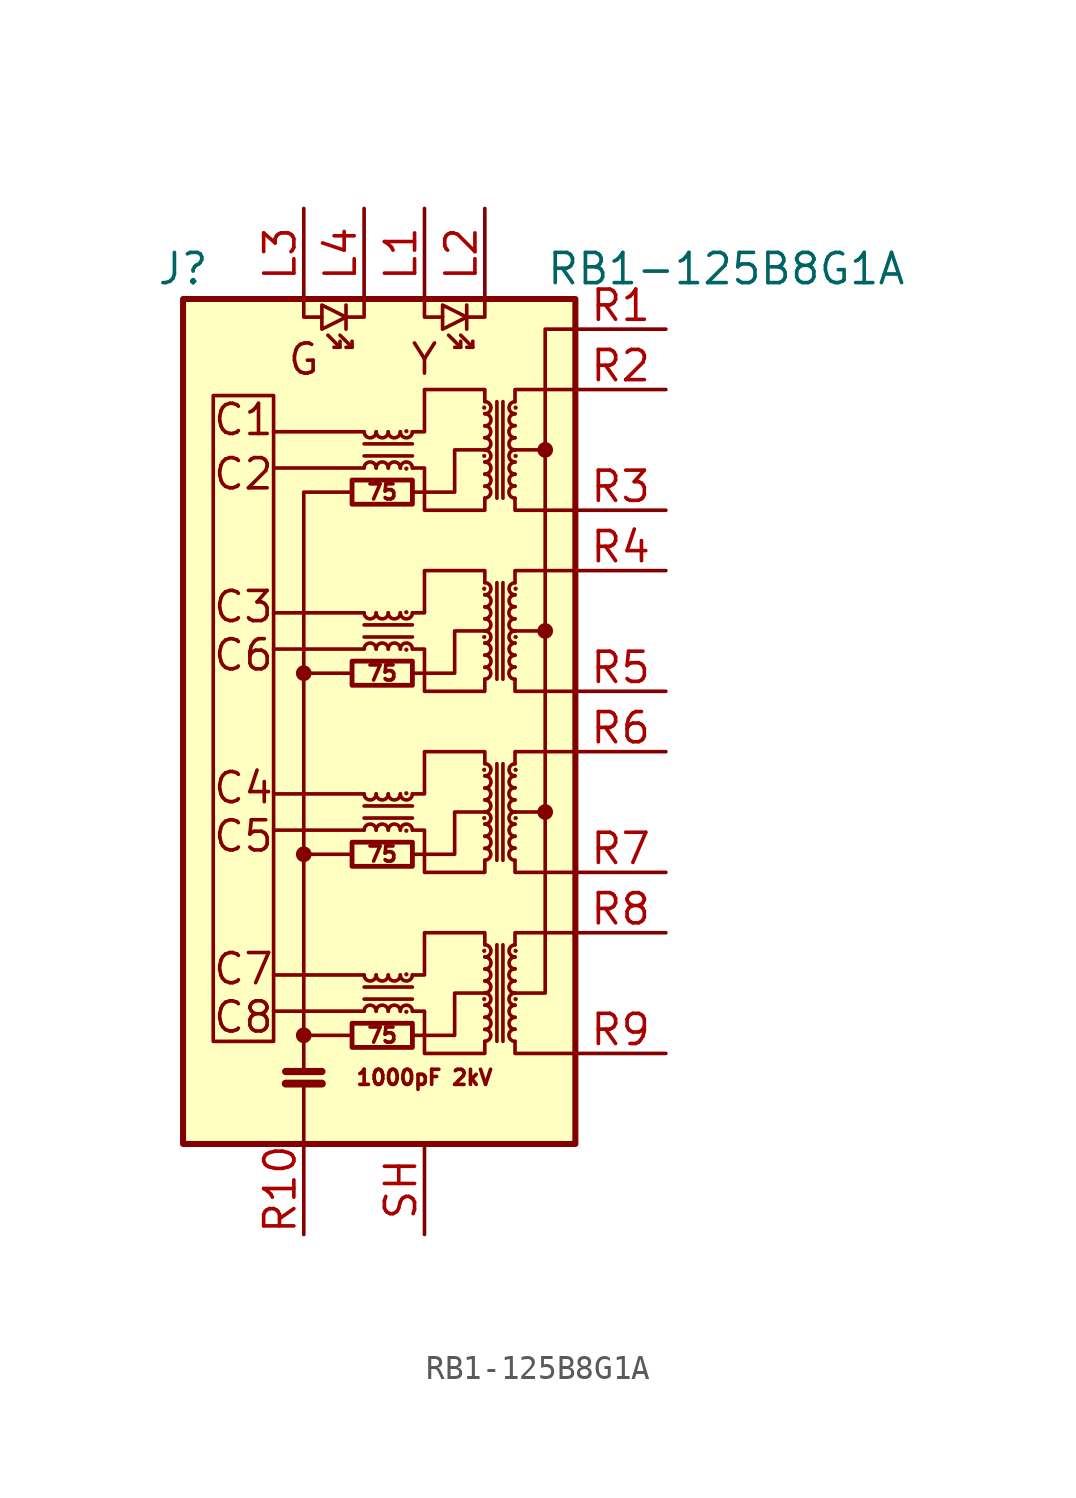
<source format=kicad_sym>
(kicad_symbol_lib
  (version 20200908)
  (generator kicad_symbol_editor)
  (symbol "Connector:RB1-125B8G1A"
    (pin_names hide)
    (property "Reference" "J"
      (at -7.62 20.32 0)
      (effects (font (size 1.27 1.27))))
    (property "Value" "RB1-125B8G1A"
      (at 15.24 20.32 0)
      (effects (font (size 1.27 1.27))))
    (symbol "RB1-125B8G1A_0_1"
      (arc (start 0.508 -10.922) (end 0 -10.922) (radius (at 0.254 -10.922) (length 0.254) (angles 0.1 179.9)) (stroke (width 0)) (fill (type none)))
      (arc (start 0 -9.398) (end 0.508 -9.398) (radius (at 0.254 -9.398) (length 0.254) (angles -179.9 -0.1)) (stroke (width 0)) (fill (type none)))
      (arc (start 0.508 -3.302) (end 0 -3.302) (radius (at 0.254 -3.302) (length 0.254) (angles 0.1 179.9)) (stroke (width 0)) (fill (type none)))
      (arc (start 0 -1.778) (end 0.508 -1.778) (radius (at 0.254 -1.778) (length 0.254) (angles -179.9 -0.1)) (stroke (width 0)) (fill (type none)))
      (arc (start 0.508 4.318) (end 0 4.318) (radius (at 0.254 4.318) (length 0.254) (angles 0.1 179.9)) (stroke (width 0)) (fill (type none)))
      (arc (start 0 5.842) (end 0.508 5.842) (radius (at 0.254 5.842) (length 0.254) (angles -179.9 -0.1)) (stroke (width 0)) (fill (type none)))
      (arc (start 0.508 11.938) (end 0 11.938) (radius (at 0.254 11.938) (length 0.254) (angles 0.1 179.9)) (stroke (width 0)) (fill (type none)))
      (arc (start 0 13.462) (end 0.508 13.462) (radius (at 0.254 13.462) (length 0.254) (angles -179.9 -0.1)) (stroke (width 0)) (fill (type none)))
      (arc (start 1.016 -10.922) (end 0.508 -10.922) (radius (at 0.762 -10.922) (length 0.254) (angles 0.1 179.9)) (stroke (width 0)) (fill (type none)))
      (arc (start 0.508 -9.398) (end 1.016 -9.398) (radius (at 0.762 -9.398) (length 0.254) (angles -179.9 -0.1)) (stroke (width 0)) (fill (type none)))
      (arc (start 1.016 -3.302) (end 0.508 -3.302) (radius (at 0.762 -3.302) (length 0.254) (angles 0.1 179.9)) (stroke (width 0)) (fill (type none)))
      (arc (start 0.508 -1.778) (end 1.016 -1.778) (radius (at 0.762 -1.778) (length 0.254) (angles -179.9 -0.1)) (stroke (width 0)) (fill (type none)))
      (arc (start 1.016 4.318) (end 0.508 4.318) (radius (at 0.762 4.318) (length 0.254) (angles 0.1 179.9)) (stroke (width 0)) (fill (type none)))
      (arc (start 0.508 5.842) (end 1.016 5.842) (radius (at 0.762 5.842) (length 0.254) (angles -179.9 -0.1)) (stroke (width 0)) (fill (type none)))
      (arc (start 1.016 11.938) (end 0.508 11.938) (radius (at 0.762 11.938) (length 0.254) (angles 0.1 179.9)) (stroke (width 0)) (fill (type none)))
      (arc (start 0.508 13.462) (end 1.016 13.462) (radius (at 0.762 13.462) (length 0.254) (angles -179.9 -0.1)) (stroke (width 0)) (fill (type none)))
      (arc (start 1.524 -10.922) (end 1.016 -10.922) (radius (at 1.27 -10.922) (length 0.254) (angles 0.1 179.9)) (stroke (width 0)) (fill (type none)))
      (arc (start 1.016 -9.398) (end 1.524 -9.398) (radius (at 1.27 -9.398) (length 0.254) (angles -179.9 -0.1)) (stroke (width 0)) (fill (type none)))
      (arc (start 1.524 -3.302) (end 1.016 -3.302) (radius (at 1.27 -3.302) (length 0.254) (angles 0.1 179.9)) (stroke (width 0)) (fill (type none)))
      (arc (start 1.016 -1.778) (end 1.524 -1.778) (radius (at 1.27 -1.778) (length 0.254) (angles -179.9 -0.1)) (stroke (width 0)) (fill (type none)))
      (arc (start 1.524 4.318) (end 1.016 4.318) (radius (at 1.27 4.318) (length 0.254) (angles 0.1 179.9)) (stroke (width 0)) (fill (type none)))
      (arc (start 1.016 5.842) (end 1.524 5.842) (radius (at 1.27 5.842) (length 0.254) (angles -179.9 -0.1)) (stroke (width 0)) (fill (type none)))
      (arc (start 1.524 11.938) (end 1.016 11.938) (radius (at 1.27 11.938) (length 0.254) (angles 0.1 179.9)) (stroke (width 0)) (fill (type none)))
      (arc (start 1.016 13.462) (end 1.524 13.462) (radius (at 1.27 13.462) (length 0.254) (angles -179.9 -0.1)) (stroke (width 0)) (fill (type none)))
      (arc (start 2.032 -10.922) (end 1.524 -10.922) (radius (at 1.778 -10.922) (length 0.254) (angles 0.1 179.9)) (stroke (width 0)) (fill (type none)))
      (arc (start 1.524 -9.398) (end 2.032 -9.398) (radius (at 1.778 -9.398) (length 0.254) (angles -179.9 -0.1)) (stroke (width 0)) (fill (type none)))
      (arc (start 2.032 -3.302) (end 1.524 -3.302) (radius (at 1.778 -3.302) (length 0.254) (angles 0.1 179.9)) (stroke (width 0)) (fill (type none)))
      (arc (start 1.524 -1.778) (end 2.032 -1.778) (radius (at 1.778 -1.778) (length 0.254) (angles -179.9 -0.1)) (stroke (width 0)) (fill (type none)))
      (arc (start 2.032 4.318) (end 1.524 4.318) (radius (at 1.778 4.318) (length 0.254) (angles 0.1 179.9)) (stroke (width 0)) (fill (type none)))
      (arc (start 1.524 5.842) (end 2.032 5.842) (radius (at 1.778 5.842) (length 0.254) (angles -179.9 -0.1)) (stroke (width 0)) (fill (type none)))
      (arc (start 2.032 11.938) (end 1.524 11.938) (radius (at 1.778 11.938) (length 0.254) (angles 0.1 179.9)) (stroke (width 0)) (fill (type none)))
      (arc (start 1.524 13.462) (end 2.032 13.462) (radius (at 1.778 13.462) (length 0.254) (angles -179.9 -0.1)) (stroke (width 0)) (fill (type none)))
      (arc (start 5.08 -12.192) (end 5.08 -11.684) (radius (at 5.08 -11.938) (length 0.254) (angles -89.9 89.9)) (stroke (width 0)) (fill (type none)))
      (arc (start 5.08 -11.684) (end 5.08 -11.176) (radius (at 5.08 -11.43) (length 0.254) (angles -89.9 89.9)) (stroke (width 0)) (fill (type none)))
      (arc (start 5.08 -11.176) (end 5.08 -10.668) (radius (at 5.08 -10.922) (length 0.254) (angles -89.9 89.9)) (stroke (width 0)) (fill (type none)))
      (arc (start 5.08 -10.668) (end 5.08 -10.16) (radius (at 5.08 -10.414) (length 0.254) (angles -89.9 89.9)) (stroke (width 0)) (fill (type none)))
      (arc (start 5.08 -10.16) (end 5.08 -9.652) (radius (at 5.08 -9.906) (length 0.254) (angles -89.9 89.9)) (stroke (width 0)) (fill (type none)))
      (arc (start 5.08 -9.652) (end 5.08 -9.144) (radius (at 5.08 -9.398) (length 0.254) (angles -89.9 89.9)) (stroke (width 0)) (fill (type none)))
      (arc (start 5.08 -9.144) (end 5.08 -8.636) (radius (at 5.08 -8.89) (length 0.254) (angles -89.9 89.9)) (stroke (width 0)) (fill (type none)))
      (arc (start 5.08 -8.636) (end 5.08 -8.128) (radius (at 5.08 -8.382) (length 0.254) (angles -89.9 89.9)) (stroke (width 0)) (fill (type none)))
      (arc (start 5.08 -4.572) (end 5.08 -4.064) (radius (at 5.08 -4.318) (length 0.254) (angles -89.9 89.9)) (stroke (width 0)) (fill (type none)))
      (arc (start 5.08 -4.064) (end 5.08 -3.556) (radius (at 5.08 -3.81) (length 0.254) (angles -89.9 89.9)) (stroke (width 0)) (fill (type none)))
      (arc (start 5.08 -3.556) (end 5.08 -3.048) (radius (at 5.08 -3.302) (length 0.254) (angles -89.9 89.9)) (stroke (width 0)) (fill (type none)))
      (arc (start 5.08 -3.048) (end 5.08 -2.54) (radius (at 5.08 -2.794) (length 0.254) (angles -89.9 89.9)) (stroke (width 0)) (fill (type none)))
      (arc (start 5.08 -2.54) (end 5.08 -2.032) (radius (at 5.08 -2.286) (length 0.254) (angles -89.9 89.9)) (stroke (width 0)) (fill (type none)))
      (arc (start 5.08 -2.032) (end 5.08 -1.524) (radius (at 5.08 -1.778) (length 0.254) (angles -89.9 89.9)) (stroke (width 0)) (fill (type none)))
      (arc (start 5.08 -1.524) (end 5.08 -1.016) (radius (at 5.08 -1.27) (length 0.254) (angles -89.9 89.9)) (stroke (width 0)) (fill (type none)))
      (arc (start 5.08 -1.016) (end 5.08 -0.508) (radius (at 5.08 -0.762) (length 0.254) (angles -89.9 89.9)) (stroke (width 0)) (fill (type none)))
      (arc (start 5.08 3.048) (end 5.08 3.556) (radius (at 5.08 3.302) (length 0.254) (angles -89.9 89.9)) (stroke (width 0)) (fill (type none)))
      (arc (start 5.08 3.556) (end 5.08 4.064) (radius (at 5.08 3.81) (length 0.254) (angles -89.9 89.9)) (stroke (width 0)) (fill (type none)))
      (arc (start 5.08 4.064) (end 5.08 4.572) (radius (at 5.08 4.318) (length 0.254) (angles -89.9 89.9)) (stroke (width 0)) (fill (type none)))
      (arc (start 5.08 4.572) (end 5.08 5.08) (radius (at 5.08 4.826) (length 0.254) (angles -89.9 89.9)) (stroke (width 0)) (fill (type none)))
      (arc (start 5.08 5.08) (end 5.08 5.588) (radius (at 5.08 5.334) (length 0.254) (angles -89.9 89.9)) (stroke (width 0)) (fill (type none)))
      (arc (start 5.08 5.588) (end 5.08 6.096) (radius (at 5.08 5.842) (length 0.254) (angles -89.9 89.9)) (stroke (width 0)) (fill (type none)))
      (arc (start 5.08 6.096) (end 5.08 6.604) (radius (at 5.08 6.35) (length 0.254) (angles -89.9 89.9)) (stroke (width 0)) (fill (type none)))
      (arc (start 5.08 6.604) (end 5.08 7.112) (radius (at 5.08 6.858) (length 0.254) (angles -89.9 89.9)) (stroke (width 0)) (fill (type none)))
      (arc (start 5.08 10.668) (end 5.08 11.176) (radius (at 5.08 10.922) (length 0.254) (angles -89.9 89.9)) (stroke (width 0)) (fill (type none)))
      (arc (start 5.08 11.176) (end 5.08 11.684) (radius (at 5.08 11.43) (length 0.254) (angles -89.9 89.9)) (stroke (width 0)) (fill (type none)))
      (arc (start 5.08 11.684) (end 5.08 12.192) (radius (at 5.08 11.938) (length 0.254) (angles -89.9 89.9)) (stroke (width 0)) (fill (type none)))
      (arc (start 5.08 12.192) (end 5.08 12.7) (radius (at 5.08 12.446) (length 0.254) (angles -89.9 89.9)) (stroke (width 0)) (fill (type none)))
      (arc (start 5.08 12.7) (end 5.08 13.208) (radius (at 5.08 12.954) (length 0.254) (angles -89.9 89.9)) (stroke (width 0)) (fill (type none)))
      (arc (start 5.08 13.208) (end 5.08 13.716) (radius (at 5.08 13.462) (length 0.254) (angles -89.9 89.9)) (stroke (width 0)) (fill (type none)))
      (arc (start 5.08 13.716) (end 5.08 14.224) (radius (at 5.08 13.97) (length 0.254) (angles -89.9 89.9)) (stroke (width 0)) (fill (type none)))
      (arc (start 5.08 14.224) (end 5.08 14.732) (radius (at 5.08 14.478) (length 0.254) (angles -89.9 89.9)) (stroke (width 0)) (fill (type none)))
      (arc (start 6.35 -11.684) (end 6.35 -12.192) (radius (at 6.35 -11.938) (length 0.254) (angles 90.1 -90.1)) (stroke (width 0)) (fill (type none)))
      (arc (start 6.35 -11.176) (end 6.35 -11.684) (radius (at 6.35 -11.43) (length 0.254) (angles 90.1 -90.1)) (stroke (width 0)) (fill (type none)))
      (arc (start 6.35 -10.668) (end 6.35 -11.176) (radius (at 6.35 -10.922) (length 0.254) (angles 90.1 -90.1)) (stroke (width 0)) (fill (type none)))
      (arc (start 6.35 -10.16) (end 6.35 -10.668) (radius (at 6.35 -10.414) (length 0.254) (angles 90.1 -90.1)) (stroke (width 0)) (fill (type none)))
      (arc (start 6.35 -9.652) (end 6.35 -10.16) (radius (at 6.35 -9.906) (length 0.254) (angles 90.1 -90.1)) (stroke (width 0)) (fill (type none)))
      (arc (start 6.35 -9.144) (end 6.35 -9.652) (radius (at 6.35 -9.398) (length 0.254) (angles 90.1 -90.1)) (stroke (width 0)) (fill (type none)))
      (arc (start 6.35 -8.636) (end 6.35 -9.144) (radius (at 6.35 -8.89) (length 0.254) (angles 90.1 -90.1)) (stroke (width 0)) (fill (type none)))
      (arc (start 6.35 -8.128) (end 6.35 -8.636) (radius (at 6.35 -8.382) (length 0.254) (angles 90.1 -90.1)) (stroke (width 0)) (fill (type none)))
      (arc (start 6.35 -4.064) (end 6.35 -4.572) (radius (at 6.35 -4.318) (length 0.254) (angles 90.1 -90.1)) (stroke (width 0)) (fill (type none)))
      (arc (start 6.35 -3.556) (end 6.35 -4.064) (radius (at 6.35 -3.81) (length 0.254) (angles 90.1 -90.1)) (stroke (width 0)) (fill (type none)))
      (arc (start 6.35 -3.048) (end 6.35 -3.556) (radius (at 6.35 -3.302) (length 0.254) (angles 90.1 -90.1)) (stroke (width 0)) (fill (type none)))
      (arc (start 6.35 -2.54) (end 6.35 -3.048) (radius (at 6.35 -2.794) (length 0.254) (angles 90.1 -90.1)) (stroke (width 0)) (fill (type none)))
      (arc (start 6.35 -2.032) (end 6.35 -2.54) (radius (at 6.35 -2.286) (length 0.254) (angles 90.1 -90.1)) (stroke (width 0)) (fill (type none)))
      (arc (start 6.35 -1.524) (end 6.35 -2.032) (radius (at 6.35 -1.778) (length 0.254) (angles 90.1 -90.1)) (stroke (width 0)) (fill (type none)))
      (arc (start 6.35 -1.016) (end 6.35 -1.524) (radius (at 6.35 -1.27) (length 0.254) (angles 90.1 -90.1)) (stroke (width 0)) (fill (type none)))
      (arc (start 6.35 -0.508) (end 6.35 -1.016) (radius (at 6.35 -0.762) (length 0.254) (angles 90.1 -90.1)) (stroke (width 0)) (fill (type none)))
      (arc (start 6.35 3.556) (end 6.35 3.048) (radius (at 6.35 3.302) (length 0.254) (angles 90.1 -90.1)) (stroke (width 0)) (fill (type none)))
      (arc (start 6.35 4.064) (end 6.35 3.556) (radius (at 6.35 3.81) (length 0.254) (angles 90.1 -90.1)) (stroke (width 0)) (fill (type none)))
      (arc (start 6.35 4.572) (end 6.35 4.064) (radius (at 6.35 4.318) (length 0.254) (angles 90.1 -90.1)) (stroke (width 0)) (fill (type none)))
      (arc (start 6.35 5.08) (end 6.35 4.572) (radius (at 6.35 4.826) (length 0.254) (angles 90.1 -90.1)) (stroke (width 0)) (fill (type none)))
      (arc (start 6.35 5.588) (end 6.35 5.08) (radius (at 6.35 5.334) (length 0.254) (angles 90.1 -90.1)) (stroke (width 0)) (fill (type none)))
      (arc (start 6.35 6.096) (end 6.35 5.588) (radius (at 6.35 5.842) (length 0.254) (angles 90.1 -90.1)) (stroke (width 0)) (fill (type none)))
      (arc (start 6.35 6.604) (end 6.35 6.096) (radius (at 6.35 6.35) (length 0.254) (angles 90.1 -90.1)) (stroke (width 0)) (fill (type none)))
      (arc (start 6.35 7.112) (end 6.35 6.604) (radius (at 6.35 6.858) (length 0.254) (angles 90.1 -90.1)) (stroke (width 0)) (fill (type none)))
      (arc (start 6.35 11.176) (end 6.35 10.668) (radius (at 6.35 10.922) (length 0.254) (angles 90.1 -90.1)) (stroke (width 0)) (fill (type none)))
      (arc (start 6.35 11.684) (end 6.35 11.176) (radius (at 6.35 11.43) (length 0.254) (angles 90.1 -90.1)) (stroke (width 0)) (fill (type none)))
      (arc (start 6.35 12.192) (end 6.35 11.684) (radius (at 6.35 11.938) (length 0.254) (angles 90.1 -90.1)) (stroke (width 0)) (fill (type none)))
      (arc (start 6.35 12.7) (end 6.35 12.192) (radius (at 6.35 12.446) (length 0.254) (angles 90.1 -90.1)) (stroke (width 0)) (fill (type none)))
      (arc (start 6.35 13.208) (end 6.35 12.7) (radius (at 6.35 12.954) (length 0.254) (angles 90.1 -90.1)) (stroke (width 0)) (fill (type none)))
      (arc (start 6.35 13.716) (end 6.35 13.208) (radius (at 6.35 13.462) (length 0.254) (angles 90.1 -90.1)) (stroke (width 0)) (fill (type none)))
      (arc (start 6.35 14.224) (end 6.35 13.716) (radius (at 6.35 13.97) (length 0.254) (angles 90.1 -90.1)) (stroke (width 0)) (fill (type none)))
      (arc (start 6.35 14.732) (end 6.35 14.224) (radius (at 6.35 14.478) (length 0.254) (angles 90.1 -90.1)) (stroke (width 0)) (fill (type none)))
      (circle (center -2.54 -11.938) (radius 0.254) (stroke (width 0)) (fill (type outline)))
      (circle (center -2.54 -4.318) (radius 0.254) (stroke (width 0)) (fill (type outline)))
      (circle (center -2.54 3.302) (radius 0.254) (stroke (width 0)) (fill (type outline)))
      (circle (center 1.778 -10.947) (radius 0.076) (stroke (width 0.025)) (fill (type outline)))
      (circle (center 1.778 -9.373) (radius 0.076) (stroke (width 0.025)) (fill (type outline)))
      (circle (center 1.778 -3.327) (radius 0.076) (stroke (width 0.025)) (fill (type outline)))
      (circle (center 1.778 -1.753) (radius 0.076) (stroke (width 0.025)) (fill (type outline)))
      (circle (center 1.778 4.293) (radius 0.076) (stroke (width 0.025)) (fill (type outline)))
      (circle (center 1.778 5.867) (radius 0.076) (stroke (width 0.025)) (fill (type outline)))
      (circle (center 1.778 11.913) (radius 0.076) (stroke (width 0.025)) (fill (type outline)))
      (circle (center 1.778 13.487) (radius 0.076) (stroke (width 0.025)) (fill (type outline)))
      (circle (center 5.055 -10.414) (radius 0.076) (stroke (width 0.025)) (fill (type outline)))
      (circle (center 5.055 -8.382) (radius 0.076) (stroke (width 0.025)) (fill (type outline)))
      (circle (center 5.055 -2.794) (radius 0.076) (stroke (width 0.025)) (fill (type outline)))
      (circle (center 5.055 -0.762) (radius 0.076) (stroke (width 0.025)) (fill (type outline)))
      (circle (center 5.055 4.826) (radius 0.076) (stroke (width 0.025)) (fill (type outline)))
      (circle (center 5.055 6.858) (radius 0.076) (stroke (width 0.025)) (fill (type outline)))
      (circle (center 5.055 12.446) (radius 0.076) (stroke (width 0.025)) (fill (type outline)))
      (circle (center 5.055 14.478) (radius 0.076) (stroke (width 0.025)) (fill (type outline)))
      (circle (center 6.375 -10.414) (radius 0.076) (stroke (width 0.025)) (fill (type outline)))
      (circle (center 6.375 -8.382) (radius 0.076) (stroke (width 0.025)) (fill (type outline)))
      (circle (center 6.375 -2.794) (radius 0.076) (stroke (width 0.025)) (fill (type outline)))
      (circle (center 6.375 -0.762) (radius 0.076) (stroke (width 0.025)) (fill (type outline)))
      (circle (center 6.375 4.826) (radius 0.076) (stroke (width 0.025)) (fill (type outline)))
      (circle (center 6.375 6.858) (radius 0.076) (stroke (width 0.025)) (fill (type outline)))
      (circle (center 6.375 12.446) (radius 0.076) (stroke (width 0.025)) (fill (type outline)))
      (circle (center 6.375 14.478) (radius 0.076) (stroke (width 0.025)) (fill (type outline)))
      (circle (center 7.62 -2.54) (radius 0.254) (stroke (width 0)) (fill (type outline)))
      (circle (center 7.62 5.08) (radius 0.254) (stroke (width 0)) (fill (type outline)))
      (circle (center 7.62 12.7) (radius 0.254) (stroke (width 0)) (fill (type outline)))
      (rectangle (start -3.81 -12.192) (end -6.35 14.986) (stroke (width 0)) (fill (type none)))
      (rectangle (start -0.508 -12.446) (end 2.032 -11.43) (stroke (width 0.203)) (fill (type none)))
      (rectangle (start -0.508 -4.826) (end 2.032 -3.81) (stroke (width 0.203)) (fill (type none)))
      (rectangle (start -0.508 2.794) (end 2.032 3.81) (stroke (width 0.203)) (fill (type none)))
      (rectangle (start -0.508 10.414) (end 2.032 11.43) (stroke (width 0.203)) (fill (type none)))
      (rectangle (start 8.89 19.05) (end -7.62 -16.51) (stroke (width 0.254)) (fill (type background)))
      (polyline (pts (xy -3.302 -13.97) (xy -1.778 -13.97)) (stroke (width 0.33)) (fill (type none)))
      (polyline (pts (xy -3.302 -13.462) (xy -1.778 -13.462)) (stroke (width 0.305)) (fill (type none)))
      (polyline (pts (xy -2.54 -16.51) (xy -2.54 -13.97)) (stroke (width 0)) (fill (type none)))
      (polyline (pts (xy -2.54 3.302) (xy -0.508 3.302)) (stroke (width 0)) (fill (type none)))
      (polyline (pts (xy -1.016 17.018) (xy -1.524 17.526)) (stroke (width 0)) (fill (type none)))
      (polyline (pts (xy -0.762 18.796) (xy -0.762 17.78)) (stroke (width 0)) (fill (type none)))
      (polyline (pts (xy -0.508 -4.318) (xy -2.54 -4.318)) (stroke (width 0)) (fill (type none)))
      (polyline (pts (xy -0.508 17.018) (xy -1.016 17.526)) (stroke (width 0)) (fill (type none)))
      (polyline (pts (xy 0 -10.414) (xy 2.032 -10.414)) (stroke (width 0)) (fill (type none)))
      (polyline (pts (xy 0 -2.794) (xy 2.032 -2.794)) (stroke (width 0)) (fill (type none)))
      (polyline (pts (xy 0 4.826) (xy 2.032 4.826)) (stroke (width 0)) (fill (type none)))
      (polyline (pts (xy 0 12.446) (xy 2.032 12.446)) (stroke (width 0)) (fill (type none)))
      (polyline (pts (xy 2.032 -9.906) (xy 0 -9.906)) (stroke (width 0)) (fill (type none)))
      (polyline (pts (xy 2.032 -2.286) (xy 0 -2.286)) (stroke (width 0)) (fill (type none)))
      (polyline (pts (xy 2.032 5.334) (xy 0 5.334)) (stroke (width 0)) (fill (type none)))
      (polyline (pts (xy 2.032 12.954) (xy 0 12.954)) (stroke (width 0)) (fill (type none)))
      (polyline (pts (xy 4.064 17.018) (xy 3.556 17.526)) (stroke (width 0)) (fill (type none)))
      (polyline (pts (xy 4.318 18.796) (xy 4.318 17.78)) (stroke (width 0)) (fill (type none)))
      (polyline (pts (xy 4.572 17.018) (xy 4.064 17.526)) (stroke (width 0)) (fill (type none)))
      (polyline (pts (xy 5.588 -8.128) (xy 5.588 -12.192)) (stroke (width 0)) (fill (type none)))
      (polyline (pts (xy 5.588 -0.508) (xy 5.588 -4.572)) (stroke (width 0)) (fill (type none)))
      (polyline (pts (xy 5.588 7.112) (xy 5.588 3.048)) (stroke (width 0)) (fill (type none)))
      (polyline (pts (xy 5.588 14.732) (xy 5.588 10.668)) (stroke (width 0)) (fill (type none)))
      (polyline (pts (xy 5.842 -12.192) (xy 5.842 -8.128)) (stroke (width 0)) (fill (type none)))
      (polyline (pts (xy 5.842 -4.572) (xy 5.842 -0.508)) (stroke (width 0)) (fill (type none)))
      (polyline (pts (xy 5.842 3.048) (xy 5.842 7.112)) (stroke (width 0)) (fill (type none)))
      (polyline (pts (xy 5.842 10.668) (xy 5.842 14.732)) (stroke (width 0)) (fill (type none)))
      (polyline (pts (xy -2.54 -13.462) (xy -2.54 10.922) (xy -0.508 10.922)) (stroke (width 0)) (fill (type none)))
      (polyline (pts (xy -2.54 19.05) (xy -2.54 18.288) (xy -1.778 18.288)) (stroke (width 0)) (fill (type none)))
      (polyline (pts (xy -1.016 17.272) (xy -1.016 17.018) (xy -1.27 17.018)) (stroke (width 0)) (fill (type none)))
      (polyline (pts (xy -0.508 17.272) (xy -0.508 17.018) (xy -0.762 17.018)) (stroke (width 0)) (fill (type none)))
      (polyline (pts (xy 0 19.05) (xy 0 18.288) (xy -0.762 18.288)) (stroke (width 0)) (fill (type none)))
      (polyline (pts (xy 2.54 19.05) (xy 2.54 18.288) (xy 3.302 18.288)) (stroke (width 0)) (fill (type none)))
      (polyline (pts (xy 4.064 17.272) (xy 4.064 17.018) (xy 3.81 17.018)) (stroke (width 0)) (fill (type none)))
      (polyline (pts (xy 4.572 17.272) (xy 4.572 17.018) (xy 4.318 17.018)) (stroke (width 0)) (fill (type none)))
      (polyline (pts (xy 5.08 19.05) (xy 5.08 18.288) (xy 4.318 18.288)) (stroke (width 0)) (fill (type none)))
      (polyline (pts (xy 6.35 -12.192) (xy 6.35 -12.7) (xy 8.89 -12.7)) (stroke (width 0)) (fill (type none)))
      (polyline (pts (xy 6.35 -8.128) (xy 6.35 -7.62) (xy 8.89 -7.62)) (stroke (width 0)) (fill (type none)))
      (polyline (pts (xy 6.35 -4.572) (xy 6.35 -5.08) (xy 8.89 -5.08)) (stroke (width 0)) (fill (type none)))
      (polyline (pts (xy 6.35 -0.508) (xy 6.35 0) (xy 8.89 0)) (stroke (width 0)) (fill (type none)))
      (polyline (pts (xy 6.35 3.048) (xy 6.35 2.54) (xy 8.89 2.54)) (stroke (width 0)) (fill (type none)))
      (polyline (pts (xy 6.35 7.112) (xy 6.35 7.62) (xy 8.89 7.62)) (stroke (width 0)) (fill (type none)))
      (polyline (pts (xy 6.35 10.668) (xy 6.35 10.16) (xy 8.89 10.16)) (stroke (width 0)) (fill (type none)))
      (polyline (pts (xy 6.35 14.732) (xy 6.35 15.24) (xy 8.89 15.24)) (stroke (width 0)) (fill (type none)))
      (polyline (pts (xy -0.762 18.288) (xy -1.778 18.796) (xy -1.778 17.78) (xy -0.762 18.288)) (stroke (width 0)) (fill (type none)))
      (polyline (pts (xy 4.318 18.288) (xy 3.302 18.796) (xy 3.302 17.78) (xy 4.318 18.288)) (stroke (width 0)) (fill (type none)))
      (polyline (pts (xy 8.89 17.78) (xy 7.62 17.78) (xy 7.62 -10.16) (xy 6.35 -10.16)) (stroke (width 0)) (fill (type none)))
      (polyline (pts (xy 2.032 -9.398) (xy 2.54 -9.398) (xy 2.54 -7.62) (xy 5.08 -7.62) (xy 5.08 -8.128)) (stroke (width 0)) (fill (type none)))
      (polyline (pts (xy 2.032 -1.778) (xy 2.54 -1.778) (xy 2.54 0) (xy 5.08 0) (xy 5.08 -0.508)) (stroke (width 0)) (fill (type none)))
      (polyline (pts (xy 2.032 5.842) (xy 2.54 5.842) (xy 2.54 7.62) (xy 5.08 7.62) (xy 5.08 7.112)) (stroke (width 0)) (fill (type none)))
      (polyline (pts (xy 2.032 13.462) (xy 2.54 13.462) (xy 2.54 15.24) (xy 5.08 15.24) (xy 5.08 14.732)) (stroke (width 0)) (fill (type none)))
      (polyline (pts (xy 5.08 -12.192) (xy 5.08 -12.7) (xy 2.54 -12.7) (xy 2.54 -10.922) (xy 2.032 -10.922)) (stroke (width 0)) (fill (type none)))
      (polyline (pts (xy 5.08 -4.572) (xy 5.08 -5.08) (xy 2.54 -5.08) (xy 2.54 -3.302) (xy 2.032 -3.302)) (stroke (width 0)) (fill (type none)))
      (polyline (pts (xy 5.08 3.048) (xy 5.08 2.54) (xy 2.54 2.54) (xy 2.54 4.318) (xy 2.032 4.318)) (stroke (width 0)) (fill (type none)))
      (polyline (pts (xy 5.08 10.668) (xy 5.08 10.16) (xy 2.54 10.16) (xy 2.54 11.938) (xy 2.032 11.938)) (stroke (width 0)) (fill (type none)))
      (pin power_in line (at -2.54 -20.32 90) (length 3.81) (name "GND" (effects (font (size 1.27 1.27)))) (number "R10" (effects (font (size 1.27 1.27))))))
    (symbol "RB1-125B8G1A_0_0"
      (text "1000pF 2kV" (at 2.54 -13.716 0) (effects (font (size 0.635 0.635))))
      (text "75" (at 0.762 -11.938 0) (effects (font (size 0.635 0.635))))
      (text "75" (at 0.762 -4.318 0) (effects (font (size 0.635 0.635))))
      (text "75" (at 0.762 3.302 0) (effects (font (size 0.635 0.635))))
      (text "75" (at 0.762 10.922 0) (effects (font (size 0.635 0.635))))
      (text "C1" (at -5.08 13.97 0) (effects (font (size 1.27 1.27))))
      (text "C2" (at -5.08 11.684 0) (effects (font (size 1.27 1.27))))
      (text "C3" (at -5.08 6.096 0) (effects (font (size 1.27 1.27))))
      (text "C4" (at -5.08 -1.524 0) (effects (font (size 1.27 1.27))))
      (text "C5" (at -5.08 -3.556 0) (effects (font (size 1.27 1.27))))
      (text "C6" (at -5.08 4.064 0) (effects (font (size 1.27 1.27))))
      (text "C7" (at -5.08 -9.144 0) (effects (font (size 1.27 1.27))))
      (text "C8" (at -5.08 -11.176 0) (effects (font (size 1.27 1.27))))
      (text "G" (at -2.54 16.51 0) (effects (font (size 1.27 1.27))))
      (text "Y" (at 2.54 16.51 0) (effects (font (size 1.27 1.27))))
      (polyline (pts (xy -0.508 -11.938) (xy -2.54 -11.938)) (stroke (width 0)) (fill (type none)))
      (polyline (pts (xy 0 -10.922) (xy -3.81 -10.922)) (stroke (width 0)) (fill (type none)))
      (polyline (pts (xy 0 -9.398) (xy -3.81 -9.398)) (stroke (width 0)) (fill (type none)))
      (polyline (pts (xy 0 -3.302) (xy -3.81 -3.302)) (stroke (width 0)) (fill (type none)))
      (polyline (pts (xy 0 -1.778) (xy -3.81 -1.778)) (stroke (width 0)) (fill (type none)))
      (polyline (pts (xy 0 4.318) (xy -3.81 4.318)) (stroke (width 0)) (fill (type none)))
      (polyline (pts (xy 0 5.842) (xy -3.81 5.842)) (stroke (width 0)) (fill (type none)))
      (polyline (pts (xy 0 11.938) (xy -3.81 11.938)) (stroke (width 0)) (fill (type none)))
      (polyline (pts (xy 0 13.462) (xy -3.81 13.462)) (stroke (width 0)) (fill (type none)))
      (polyline (pts (xy 6.35 5.08) (xy 7.62 5.08)) (stroke (width 0)) (fill (type none)))
      (polyline (pts (xy 7.62 -2.54) (xy 6.35 -2.54)) (stroke (width 0)) (fill (type none)))
      (polyline (pts (xy 7.62 12.7) (xy 6.35 12.7)) (stroke (width 0)) (fill (type none)))
      (polyline (pts (xy 2.032 -11.938) (xy 3.81 -11.938) (xy 3.81 -10.16) (xy 5.08 -10.16)) (stroke (width 0)) (fill (type none)))
      (polyline (pts (xy 2.032 -4.318) (xy 3.81 -4.318) (xy 3.81 -2.54) (xy 5.08 -2.54)) (stroke (width 0)) (fill (type none)))
      (polyline (pts (xy 2.032 3.302) (xy 3.81 3.302) (xy 3.81 5.08) (xy 5.08 5.08)) (stroke (width 0)) (fill (type none)))
      (polyline (pts (xy 2.032 10.922) (xy 3.81 10.922) (xy 3.81 12.7) (xy 5.08 12.7)) (stroke (width 0)) (fill (type none))))
    (symbol "RB1-125B8G1A_1_1"
      (pin passive line (at 2.54 22.86 270) (length 3.81) (name "~" (effects (font (size 1.27 1.27)))) (number "L1" (effects (font (size 1.27 1.27)))))
      (pin passive line (at 5.08 22.86 270) (length 3.81) (name "~" (effects (font (size 1.27 1.27)))) (number "L2" (effects (font (size 1.27 1.27)))))
      (pin passive line (at -2.54 22.86 270) (length 3.81) (name "~" (effects (font (size 1.27 1.27)))) (number "L3" (effects (font (size 1.27 1.27)))))
      (pin passive line (at 0 22.86 270) (length 3.81) (name "~" (effects (font (size 1.27 1.27)))) (number "L4" (effects (font (size 1.27 1.27)))))
      (pin passive line (at 12.7 17.78 180) (length 3.81) (name "CT" (effects (font (size 1.27 1.27)))) (number "R1" (effects (font (size 1.27 1.27)))))
      (pin passive line (at 12.7 15.24 180) (length 3.81) (name "TD1+" (effects (font (size 1.27 1.27)))) (number "R2" (effects (font (size 1.27 1.27)))))
      (pin passive line (at 12.7 10.16 180) (length 3.81) (name "TD1-" (effects (font (size 1.27 1.27)))) (number "R3" (effects (font (size 1.27 1.27)))))
      (pin passive line (at 12.7 7.62 180) (length 3.81) (name "TD2+" (effects (font (size 1.27 1.27)))) (number "R4" (effects (font (size 1.27 1.27)))))
      (pin passive line (at 12.7 2.54 180) (length 3.81) (name "TD2-" (effects (font (size 1.27 1.27)))) (number "R5" (effects (font (size 1.27 1.27)))))
      (pin passive line (at 12.7 0 180) (length 3.81) (name "TD3+" (effects (font (size 1.27 1.27)))) (number "R6" (effects (font (size 1.27 1.27)))))
      (pin passive line (at 12.7 -5.08 180) (length 3.81) (name "TD3-" (effects (font (size 1.27 1.27)))) (number "R7" (effects (font (size 1.27 1.27)))))
      (pin passive line (at 12.7 -7.62 180) (length 3.81) (name "TD4+" (effects (font (size 1.27 1.27)))) (number "R8" (effects (font (size 1.27 1.27)))))
      (pin passive line (at 12.7 -12.7 180) (length 3.81) (name "TD4-" (effects (font (size 1.27 1.27)))) (number "R9" (effects (font (size 1.27 1.27)))))
      (pin passive line (at 2.54 -20.32 90) (length 3.81) (name "SH" (effects (font (size 1.27 1.27)))) (number "SH" (effects (font (size 1.27 1.27))))))))
</source>
